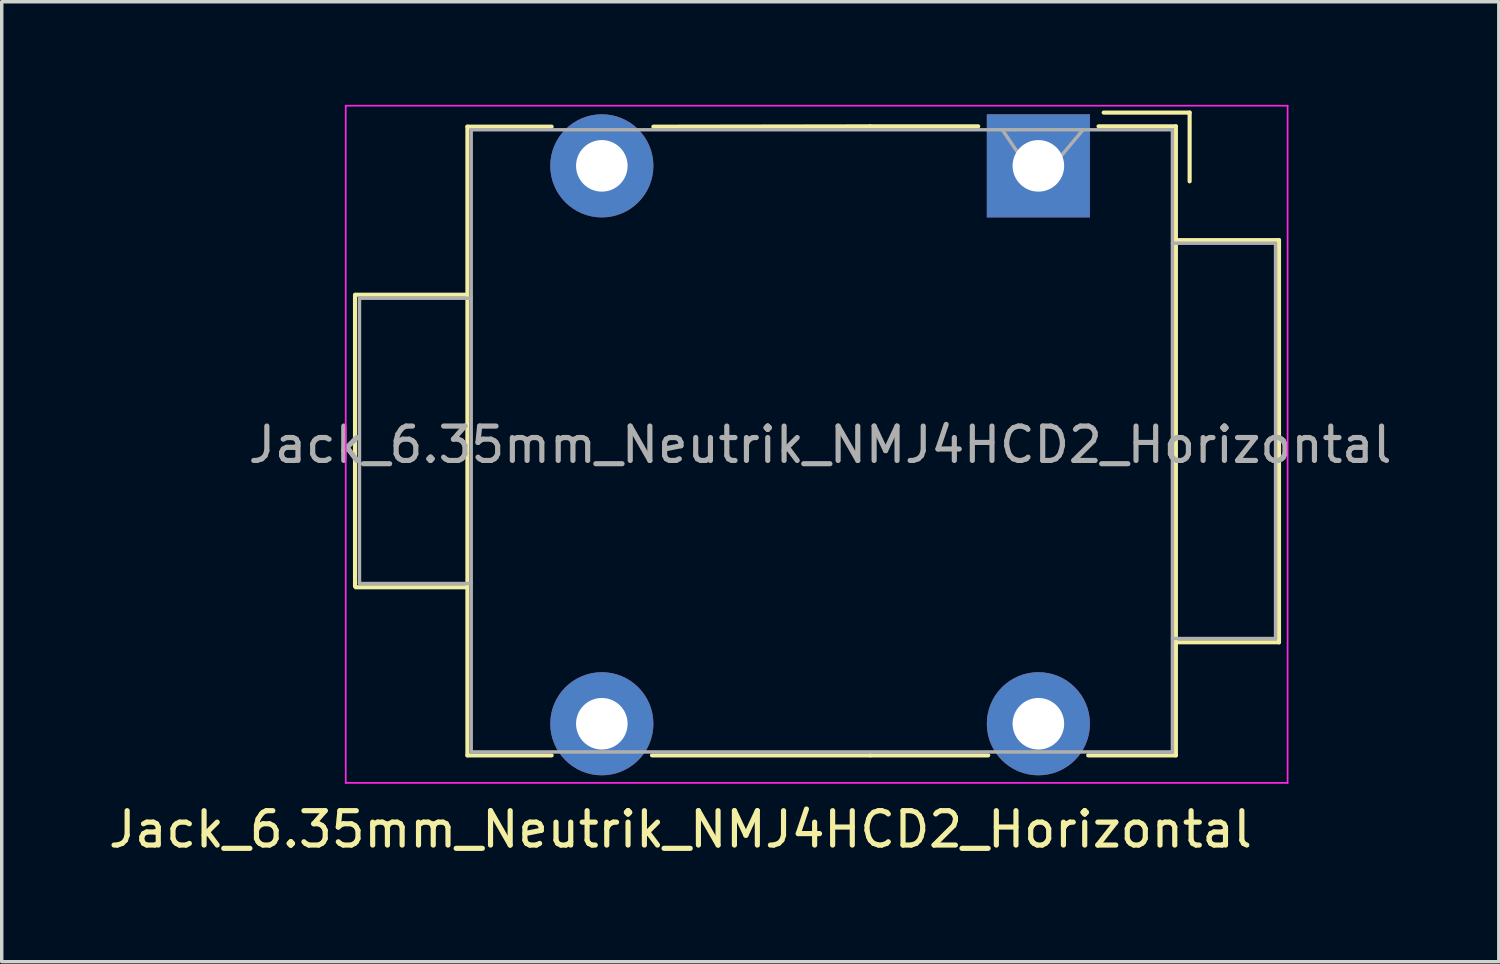
<source format=kicad_pcb>
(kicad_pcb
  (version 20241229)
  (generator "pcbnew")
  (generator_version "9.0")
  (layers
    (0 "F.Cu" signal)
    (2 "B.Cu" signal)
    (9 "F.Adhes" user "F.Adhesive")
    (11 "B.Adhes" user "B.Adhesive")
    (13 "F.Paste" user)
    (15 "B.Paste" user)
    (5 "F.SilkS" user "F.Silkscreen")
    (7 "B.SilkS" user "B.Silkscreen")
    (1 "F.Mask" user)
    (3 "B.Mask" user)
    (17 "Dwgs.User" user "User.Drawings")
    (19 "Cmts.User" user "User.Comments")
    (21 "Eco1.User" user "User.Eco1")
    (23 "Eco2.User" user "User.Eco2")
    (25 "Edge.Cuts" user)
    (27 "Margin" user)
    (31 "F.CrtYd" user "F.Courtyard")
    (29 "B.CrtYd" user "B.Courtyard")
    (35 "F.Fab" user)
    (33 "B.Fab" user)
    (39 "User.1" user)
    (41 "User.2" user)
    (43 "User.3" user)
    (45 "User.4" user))
  (footprint "Jack_6.35mm_Neutrik_NMJ4HCD2_Horizontal"
    (layer "F.Cu")
    (at 14.458 1.775)
    (property "Reference" "Jack_6.35mm_Neutrik_NMJ4HCD2_Horizontal" (at 2.286 19.304 0) (layer "F.SilkS") (effects (font (size 1 1) (thickness 0.15))))
    (attr through_hole)
    (fp_line (start -7.18 3.75) (end -7.18 12.23) (stroke (width 0.12) (type solid)) (layer "F.SilkS"))
    (fp_line (start -3.94 3.75) (end -7.16 3.75) (stroke (width 0.12) (type solid)) (layer "F.SilkS"))
    (fp_line (start -3.94 12.26) (end -7.16 12.26) (stroke (width 0.12) (type solid)) (layer "F.SilkS"))
    (fp_line (start -3.91 -1.14) (end -3.91 17.15) (stroke (width 0.12) (type solid)) (layer "F.SilkS"))
    (fp_line (start -3.91 -1.14) (end -1.46 -1.14) (stroke (width 0.12) (type solid)) (layer "F.SilkS"))
    (fp_line (start -3.91 17.15) (end -1.46 17.15) (stroke (width 0.12) (type solid)) (layer "F.SilkS"))
    (fp_line (start 1.5 -1.14) (end 7.8 -1.15) (stroke (width 0.12) (type solid)) (layer "F.SilkS"))
    (fp_line (start 7.8 -1.15) (end 10.95 -1.15) (stroke (width 0.12) (type solid)) (layer "F.SilkS"))
    (fp_line (start 7.81 17.15) (end 1.46 17.15) (stroke (width 0.12) (type solid)) (layer "F.SilkS"))
    (fp_line (start 11.24 17.15) (end 7.81 17.15) (stroke (width 0.12) (type solid)) (layer "F.SilkS"))
    (fp_line (start 14.45 -1.15) (end 16.7 -1.15) (stroke (width 0.12) (type solid)) (layer "F.SilkS"))
    (fp_line (start 16.7 -1.15) (end 16.7 17.15) (stroke (width 0.12) (type solid)) (layer "F.SilkS"))
    (fp_line (start 16.7 17.15) (end 14.15 17.15) (stroke (width 0.12) (type solid)) (layer "F.SilkS"))
    (fp_line (start 17.1 -1.55) (end 14.6 -1.55) (stroke (width 0.12) (type solid)) (layer "F.SilkS"))
    (fp_line (start 17.1 0.45) (end 17.1 -1.55) (stroke (width 0.12) (type solid)) (layer "F.SilkS"))
    (fp_line (start 19.7 2.16) (end 16.7 2.16) (stroke (width 0.12) (type solid)) (layer "F.SilkS"))
    (fp_line (start 19.7 2.16) (end 19.7 13.86) (stroke (width 0.12) (type solid)) (layer "F.SilkS"))
    (fp_line (start 19.7 13.86) (end 16.7 13.86) (stroke (width 0.12) (type solid)) (layer "F.SilkS"))
    (fp_line (start -7.45 -1.75) (end -7.45 17.95) (stroke (width 0.05) (type solid)) (layer "F.CrtYd"))
    (fp_line (start -7.45 17.95) (end 19.95 17.95) (stroke (width 0.05) (type solid)) (layer "F.CrtYd"))
    (fp_line (start 19.95 -1.75) (end -7.45 -1.75) (stroke (width 0.05) (type solid)) (layer "F.CrtYd"))
    (fp_line (start 19.95 -1.75) (end 19.95 17.95) (stroke (width 0.05) (type solid)) (layer "F.CrtYd"))
    (fp_line (start -7.05 3.85) (end -7.05 12.15) (stroke (width 0.1) (type solid)) (layer "F.Fab"))
    (fp_line (start -7.05 12.15) (end -3.8 12.15) (stroke (width 0.1) (type solid)) (layer "F.Fab"))
    (fp_line (start -3.8 -1.05) (end 16.6 -1.05) (stroke (width 0.1) (type solid)) (layer "F.Fab"))
    (fp_line (start -3.8 3.85) (end -7.05 3.85) (stroke (width 0.1) (type solid)) (layer "F.Fab"))
    (fp_line (start -3.8 17.05) (end -3.8 -1.05) (stroke (width 0.1) (type solid)) (layer "F.Fab"))
    (fp_line (start 12.7 0.5) (end 11.65 -1.05) (stroke (width 0.1) (type solid)) (layer "F.Fab"))
    (fp_line (start 14 -1.05) (end 12.7 0.5) (stroke (width 0.1) (type solid)) (layer "F.Fab"))
    (fp_line (start 16.6 -1.05) (end 16.6 17.05) (stroke (width 0.1) (type solid)) (layer "F.Fab"))
    (fp_line (start 16.6 2.25) (end 19.6 2.25) (stroke (width 0.1) (type solid)) (layer "F.Fab"))
    (fp_line (start 16.6 17.05) (end -3.8 17.05) (stroke (width 0.1) (type solid)) (layer "F.Fab"))
    (fp_line (start 19.6 2.25) (end 19.6 13.75) (stroke (width 0.1) (type solid)) (layer "F.Fab"))
    (fp_line (start 19.6 13.75) (end 16.6 13.75) (stroke (width 0.1) (type solid)) (layer "F.Fab"))
    (fp_text user "${REFERENCE}" (at 6.35 8.115 0) (layer "F.Fab") (effects (font (size 1 1) (thickness 0.15))))
    (pad "S" thru_hole rect (at 12.7 0) (size 3 3) (drill 1.5) (layers "*.Cu" "*.Mask"))
    (pad "SN" thru_hole circle (at 12.7 16.23) (size 3 3) (drill 1.5) (layers "*.Cu" "*.Mask"))
    (pad "T" thru_hole circle (at 0 0) (size 3 3) (drill 1.5) (layers "*.Cu" "*.Mask"))
    (pad "TN" thru_hole circle (at 0 16.23) (size 3 3) (drill 1.5) (layers "*.Cu" "*.Mask")))
  (gr_rect
    (start -3 -3)
    (end 40.552 24.927)
    (stroke (width 0.1) (type default))
    (fill no)
    (layer "Edge.Cuts")))
</source>
